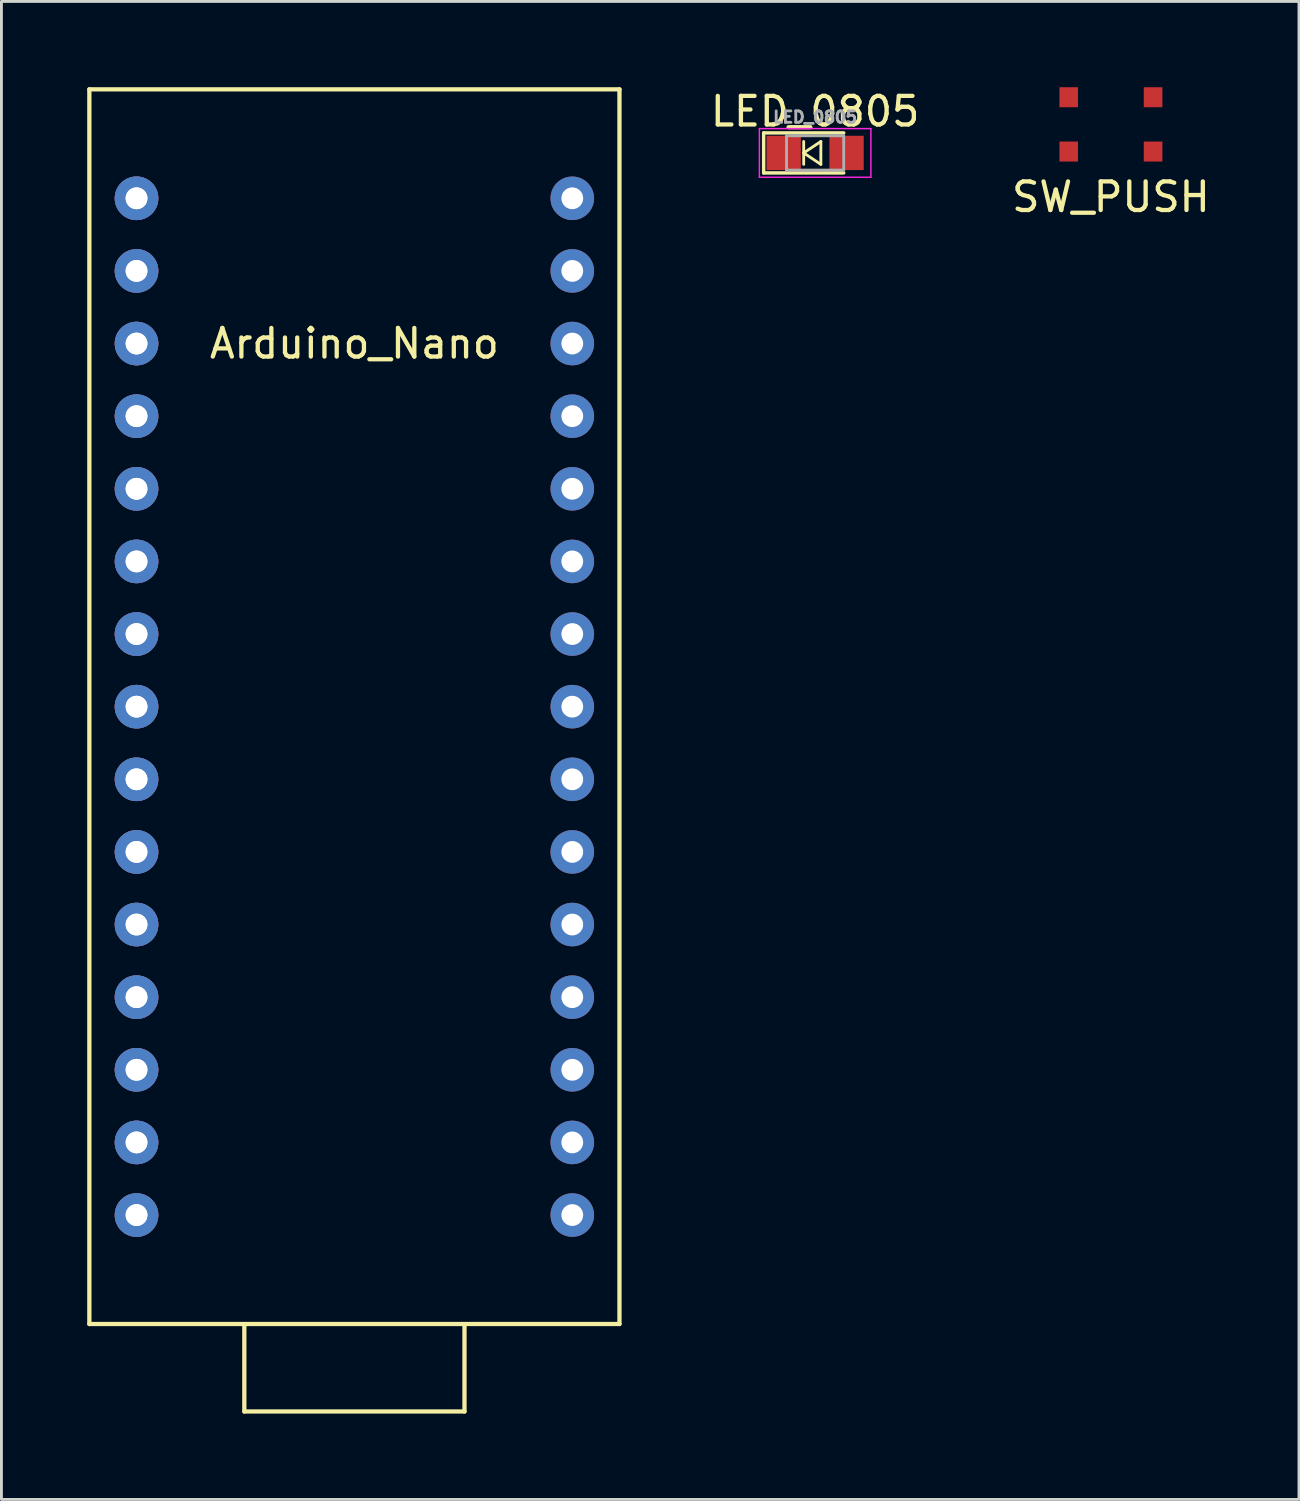
<source format=kicad_pcb>
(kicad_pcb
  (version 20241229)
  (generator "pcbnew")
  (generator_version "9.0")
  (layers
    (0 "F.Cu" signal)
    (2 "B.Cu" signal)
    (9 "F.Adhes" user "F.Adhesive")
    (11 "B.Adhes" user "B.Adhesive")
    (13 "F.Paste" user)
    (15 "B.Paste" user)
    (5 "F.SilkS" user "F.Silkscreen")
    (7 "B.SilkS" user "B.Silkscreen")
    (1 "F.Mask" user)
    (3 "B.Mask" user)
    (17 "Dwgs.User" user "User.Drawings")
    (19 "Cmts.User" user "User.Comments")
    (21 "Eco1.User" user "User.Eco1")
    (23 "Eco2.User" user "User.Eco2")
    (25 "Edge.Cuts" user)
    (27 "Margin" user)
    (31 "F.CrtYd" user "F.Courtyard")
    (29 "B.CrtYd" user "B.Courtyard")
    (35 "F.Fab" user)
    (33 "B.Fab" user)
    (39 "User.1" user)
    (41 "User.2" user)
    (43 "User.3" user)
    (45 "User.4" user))
  (footprint "LED_0805"
    (layer "F.Cu")
    (at 25.458 2.298)
    (property "Reference" "LED_0805" (at 0 -1.45 0) (layer "F.SilkS") (effects (font (size 1 1) (thickness 0.15))))
    (attr smd)
    (fp_line (start -1.8 -0.7) (end -1.8 0.7) (stroke (width 0.12) (type solid)) (layer "F.SilkS"))
    (fp_line (start -1.8 -0.7) (end 1 -0.7) (stroke (width 0.12) (type solid)) (layer "F.SilkS"))
    (fp_line (start -1.8 0.7) (end 1 0.7) (stroke (width 0.12) (type solid)) (layer "F.SilkS"))
    (fp_line (start -0.4 -0.4) (end -0.4 0.4) (stroke (width 0.1) (type solid)) (layer "F.SilkS"))
    (fp_line (start -0.4 0) (end 0.2 -0.4) (stroke (width 0.1) (type solid)) (layer "F.SilkS"))
    (fp_line (start 0.2 -0.4) (end 0.2 0.4) (stroke (width 0.1) (type solid)) (layer "F.SilkS"))
    (fp_line (start 0.2 0.4) (end -0.4 0) (stroke (width 0.1) (type solid)) (layer "F.SilkS"))
    (fp_line (start -1.95 -0.85) (end 1.95 -0.85) (stroke (width 0.05) (type solid)) (layer "F.CrtYd"))
    (fp_line (start -1.95 0.85) (end -1.95 -0.85) (stroke (width 0.05) (type solid)) (layer "F.CrtYd"))
    (fp_line (start 1.95 -0.85) (end 1.95 0.85) (stroke (width 0.05) (type solid)) (layer "F.CrtYd"))
    (fp_line (start 1.95 0.85) (end -1.95 0.85) (stroke (width 0.05) (type solid)) (layer "F.CrtYd"))
    (fp_line (start -1 -0.6) (end 1 -0.6) (stroke (width 0.1) (type solid)) (layer "F.Fab"))
    (fp_line (start -1 0.6) (end -1 -0.6) (stroke (width 0.1) (type solid)) (layer "F.Fab"))
    (fp_line (start 1 -0.6) (end 1 0.6) (stroke (width 0.1) (type solid)) (layer "F.Fab"))
    (fp_line (start 1 0.6) (end -1 0.6) (stroke (width 0.1) (type solid)) (layer "F.Fab"))
    (fp_text user "${REFERENCE}" (at 0 -1.25 0) (layer "F.Fab") (effects (font (size 0.4 0.4) (thickness 0.1))))
    (pad "1" smd rect (at -1.1 0 180) (size 1.2 1.2) (layers "F.Cu" "F.Mask" "F.Paste"))
    (pad "2" smd rect (at 1.1 0 180) (size 1.2 1.2) (layers "F.Cu" "F.Mask" "F.Paste")))
  (footprint "Arduino_Nano"
    (layer "F.Cu")
    (at 9.345 21.665)
    (property "Reference" "Arduino_Nano" (at 0 -12.7 0) (layer "F.SilkS") (effects (font (size 1 1) (thickness 0.15))))
    (attr through_hole)
    (fp_line (start -9.27 -21.59) (end 9.27 -21.59) (stroke (width 0.15) (type solid)) (layer "F.SilkS"))
    (fp_line (start -9.27 21.59) (end -9.27 -21.59) (stroke (width 0.15) (type solid)) (layer "F.SilkS"))
    (fp_line (start -3.85 21.6) (end -3.85 24.65) (stroke (width 0.15) (type solid)) (layer "F.SilkS"))
    (fp_line (start -3.85 24.65) (end 3.85 24.65) (stroke (width 0.15) (type solid)) (layer "F.SilkS"))
    (fp_line (start 3.85 24.65) (end 3.85 21.6) (stroke (width 0.15) (type solid)) (layer "F.SilkS"))
    (fp_line (start 9.27 -21.59) (end 9.27 21.59) (stroke (width 0.15) (type solid)) (layer "F.SilkS"))
    (fp_line (start 9.27 21.59) (end -9.27 21.59) (stroke (width 0.15) (type solid)) (layer "F.SilkS"))
    (pad "1" thru_hole circle (at -7.62 -17.78) (size 1.524 1.524) (drill 0.762) (layers "*.Cu" "*.Mask"))
    (pad "1" thru_hole circle (at -7.62 -17.78) (size 1.524 1.524) (drill 0.762) (layers "*.Cu" "*.Mask"))
    (pad "2" thru_hole circle (at -7.62 -15.24) (size 1.524 1.524) (drill 0.762) (layers "*.Cu" "*.Mask"))
    (pad "2" thru_hole circle (at -7.62 -15.24) (size 1.524 1.524) (drill 0.762) (layers "*.Cu" "*.Mask"))
    (pad "3" thru_hole circle (at -7.62 -12.7) (size 1.524 1.524) (drill 0.762) (layers "*.Cu" "*.Mask"))
    (pad "3" thru_hole circle (at -7.62 -12.7) (size 1.524 1.524) (drill 0.762) (layers "*.Cu" "*.Mask"))
    (pad "4" thru_hole circle (at -7.62 -10.16) (size 1.524 1.524) (drill 0.762) (layers "*.Cu" "*.Mask"))
    (pad "4" thru_hole circle (at -7.62 -10.16) (size 1.524 1.524) (drill 0.762) (layers "*.Cu" "*.Mask"))
    (pad "5" thru_hole circle (at -7.62 -7.62) (size 1.524 1.524) (drill 0.762) (layers "*.Cu" "*.Mask"))
    (pad "5" thru_hole circle (at -7.62 -7.62) (size 1.524 1.524) (drill 0.762) (layers "*.Cu" "*.Mask"))
    (pad "6" thru_hole circle (at -7.62 -5.08) (size 1.524 1.524) (drill 0.762) (layers "*.Cu" "*.Mask"))
    (pad "6" thru_hole circle (at -7.62 -5.08) (size 1.524 1.524) (drill 0.762) (layers "*.Cu" "*.Mask"))
    (pad "7" thru_hole circle (at -7.62 -2.54) (size 1.524 1.524) (drill 0.762) (layers "*.Cu" "*.Mask"))
    (pad "7" thru_hole circle (at -7.62 -2.54) (size 1.524 1.524) (drill 0.762) (layers "*.Cu" "*.Mask"))
    (pad "8" thru_hole circle (at -7.62 0) (size 1.524 1.524) (drill 0.762) (layers "*.Cu" "*.Mask"))
    (pad "8" thru_hole circle (at -7.62 0) (size 1.524 1.524) (drill 0.762) (layers "*.Cu" "*.Mask"))
    (pad "9" thru_hole circle (at -7.62 2.54) (size 1.524 1.524) (drill 0.762) (layers "*.Cu" "*.Mask"))
    (pad "9" thru_hole circle (at -7.62 2.54) (size 1.524 1.524) (drill 0.762) (layers "*.Cu" "*.Mask"))
    (pad "10" thru_hole circle (at -7.62 5.08) (size 1.524 1.524) (drill 0.762) (layers "*.Cu" "*.Mask"))
    (pad "10" thru_hole circle (at -7.62 5.08) (size 1.524 1.524) (drill 0.762) (layers "*.Cu" "*.Mask"))
    (pad "11" thru_hole circle (at -7.62 7.62) (size 1.524 1.524) (drill 0.762) (layers "*.Cu" "*.Mask"))
    (pad "11" thru_hole circle (at -7.62 7.62) (size 1.524 1.524) (drill 0.762) (layers "*.Cu" "*.Mask"))
    (pad "12" thru_hole circle (at -7.62 10.16) (size 1.524 1.524) (drill 0.762) (layers "*.Cu" "*.Mask"))
    (pad "12" thru_hole circle (at -7.62 10.16) (size 1.524 1.524) (drill 0.762) (layers "*.Cu" "*.Mask"))
    (pad "13" thru_hole circle (at -7.62 12.7) (size 1.524 1.524) (drill 0.762) (layers "*.Cu" "*.Mask"))
    (pad "13" thru_hole circle (at -7.62 12.7) (size 1.524 1.524) (drill 0.762) (layers "*.Cu" "*.Mask"))
    (pad "14" thru_hole circle (at -7.62 15.24) (size 1.524 1.524) (drill 0.762) (layers "*.Cu" "*.Mask"))
    (pad "14" thru_hole circle (at -7.62 15.24) (size 1.524 1.524) (drill 0.762) (layers "*.Cu" "*.Mask"))
    (pad "15" thru_hole circle (at -7.62 17.78) (size 1.524 1.524) (drill 0.762) (layers "*.Cu" "*.Mask"))
    (pad "15" thru_hole circle (at -7.62 17.78) (size 1.524 1.524) (drill 0.762) (layers "*.Cu" "*.Mask"))
    (pad "16" thru_hole circle (at 7.62 17.78) (size 1.524 1.524) (drill 0.762) (layers "*.Cu" "*.Mask"))
    (pad "17" thru_hole circle (at 7.62 15.24) (size 1.524 1.524) (drill 0.762) (layers "*.Cu" "*.Mask"))
    (pad "18" thru_hole circle (at 7.62 12.7) (size 1.524 1.524) (drill 0.762) (layers "*.Cu" "*.Mask"))
    (pad "19" thru_hole circle (at 7.62 10.16) (size 1.524 1.524) (drill 0.762) (layers "*.Cu" "*.Mask"))
    (pad "20" thru_hole circle (at 7.62 7.62) (size 1.524 1.524) (drill 0.762) (layers "*.Cu" "*.Mask"))
    (pad "21" thru_hole circle (at 7.62 5.08) (size 1.524 1.524) (drill 0.762) (layers "*.Cu" "*.Mask"))
    (pad "22" thru_hole circle (at 7.62 2.54) (size 1.524 1.524) (drill 0.762) (layers "*.Cu" "*.Mask"))
    (pad "23" thru_hole circle (at 7.62 0) (size 1.524 1.524) (drill 0.762) (layers "*.Cu" "*.Mask"))
    (pad "24" thru_hole circle (at 7.62 -2.54) (size 1.524 1.524) (drill 0.762) (layers "*.Cu" "*.Mask"))
    (pad "25" thru_hole circle (at 7.62 -5.08) (size 1.524 1.524) (drill 0.762) (layers "*.Cu" "*.Mask"))
    (pad "26" thru_hole circle (at 7.62 -7.62) (size 1.524 1.524) (drill 0.762) (layers "*.Cu" "*.Mask"))
    (pad "27" thru_hole circle (at 7.62 -10.16) (size 1.524 1.524) (drill 0.762) (layers "*.Cu" "*.Mask"))
    (pad "28" thru_hole circle (at 7.62 -12.7) (size 1.524 1.524) (drill 0.762) (layers "*.Cu" "*.Mask"))
    (pad "29" thru_hole circle (at 7.62 -15.24) (size 1.524 1.524) (drill 0.762) (layers "*.Cu" "*.Mask"))
    (pad "30" thru_hole circle (at 7.62 -17.78) (size 1.524 1.524) (drill 0.762) (layers "*.Cu" "*.Mask")))
  (footprint "SW_PUSH"
    (layer "F.Cu")
    (at 35.803 1.3)
    (property "Reference" "SW_PUSH" (at 0 2.54 0) (layer "F.SilkS") (effects (font (size 1 1) (thickness 0.15))))
    (attr through_hole)
    (pad "1" smd rect (at -1.475 -0.95) (size 0.65 0.7) (layers "F.Cu" "F.Mask" "F.Paste"))
    (pad "2" smd rect (at 1.475 -0.95) (size 0.65 0.7) (layers "F.Cu" "F.Mask" "F.Paste"))
    (pad "3" smd rect (at -1.475 0.95) (size 0.65 0.7) (layers "F.Cu" "F.Mask" "F.Paste"))
    (pad "4" smd rect (at 1.475 0.95) (size 0.65 0.7) (layers "F.Cu" "F.Mask" "F.Paste")))
  (gr_rect
    (start -3 -3)
    (end 42.38 49.39)
    (stroke (width 0.1) (type default))
    (fill no)
    (layer "Edge.Cuts")))
</source>
